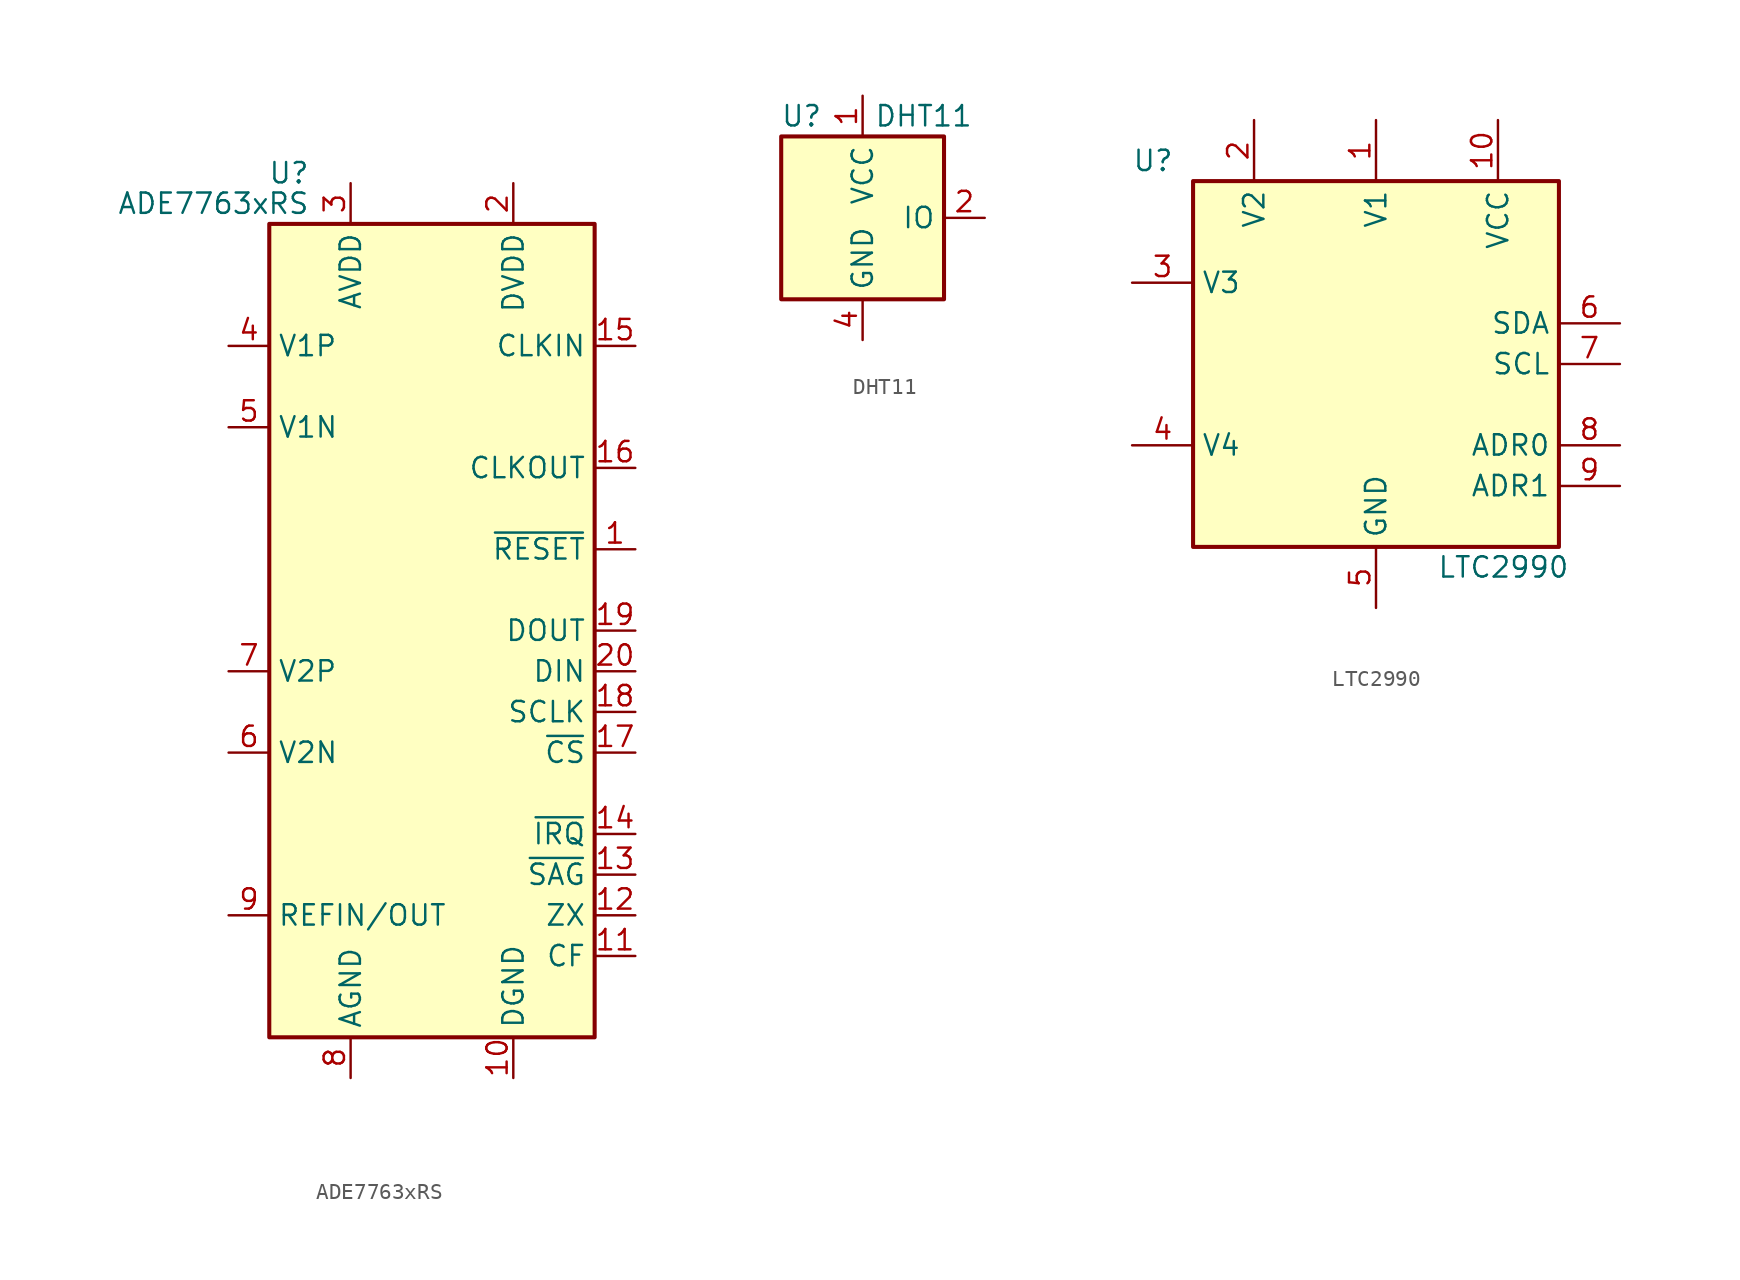
<source format=kicad_sym>
(kicad_symbol_lib
  (version 20211014)
  (generator kicad_symbol_editor)
  (symbol "ADE7763xRS"
    (property "Reference" "U"
      (at -7.62 28.575 0)
      (effects (font (size 1.27 1.27)) (justify right)))
    (property "Value" "ADE7763xRS"
      (at -7.62 26.67 0)
      (effects (font (size 1.27 1.27)) (justify right)))
    (symbol "ADE7763xRS_0_1"
      (rectangle (start 10.16 -25.4) (end -10.16 25.4) (stroke (width 0.254) (type default) (color 0 0 0 0)) (fill (type background))))
    (symbol "ADE7763xRS_1_1"
      (pin input line (at 12.7 5.08 180) (length 2.54) (name "~{RESET}" (effects (font (size 1.27 1.27)))) (number "1" (effects (font (size 1.27 1.27)))))
      (pin power_in line (at 5.08 -27.94 90) (length 2.54) (name "DGND" (effects (font (size 1.27 1.27)))) (number "10" (effects (font (size 1.27 1.27)))))
      (pin output line (at 12.7 -20.32 180) (length 2.54) (name "CF" (effects (font (size 1.27 1.27)))) (number "11" (effects (font (size 1.27 1.27)))))
      (pin output line (at 12.7 -17.78 180) (length 2.54) (name "ZX" (effects (font (size 1.27 1.27)))) (number "12" (effects (font (size 1.27 1.27)))))
      (pin open_collector line (at 12.7 -15.24 180) (length 2.54) (name "~{SAG}" (effects (font (size 1.27 1.27)))) (number "13" (effects (font (size 1.27 1.27)))))
      (pin open_collector line (at 12.7 -12.7 180) (length 2.54) (name "~{IRQ}" (effects (font (size 1.27 1.27)))) (number "14" (effects (font (size 1.27 1.27)))))
      (pin input line (at 12.7 17.78 180) (length 2.54) (name "CLKIN" (effects (font (size 1.27 1.27)))) (number "15" (effects (font (size 1.27 1.27)))))
      (pin output line (at 12.7 10.16 180) (length 2.54) (name "CLKOUT" (effects (font (size 1.27 1.27)))) (number "16" (effects (font (size 1.27 1.27)))))
      (pin input line (at 12.7 -7.62 180) (length 2.54) (name "~{CS}" (effects (font (size 1.27 1.27)))) (number "17" (effects (font (size 1.27 1.27)))))
      (pin input line (at 12.7 -5.08 180) (length 2.54) (name "SCLK" (effects (font (size 1.27 1.27)))) (number "18" (effects (font (size 1.27 1.27)))))
      (pin output line (at 12.7 0 180) (length 2.54) (name "DOUT" (effects (font (size 1.27 1.27)))) (number "19" (effects (font (size 1.27 1.27)))))
      (pin power_in line (at 5.08 27.94 270) (length 2.54) (name "DVDD" (effects (font (size 1.27 1.27)))) (number "2" (effects (font (size 1.27 1.27)))))
      (pin input line (at 12.7 -2.54 180) (length 2.54) (name "DIN" (effects (font (size 1.27 1.27)))) (number "20" (effects (font (size 1.27 1.27)))))
      (pin power_in line (at -5.08 27.94 270) (length 2.54) (name "AVDD" (effects (font (size 1.27 1.27)))) (number "3" (effects (font (size 1.27 1.27)))))
      (pin input line (at -12.7 17.78 0) (length 2.54) (name "V1P" (effects (font (size 1.27 1.27)))) (number "4" (effects (font (size 1.27 1.27)))))
      (pin input line (at -12.7 12.7 0) (length 2.54) (name "V1N" (effects (font (size 1.27 1.27)))) (number "5" (effects (font (size 1.27 1.27)))))
      (pin input line (at -12.7 -7.62 0) (length 2.54) (name "V2N" (effects (font (size 1.27 1.27)))) (number "6" (effects (font (size 1.27 1.27)))))
      (pin input line (at -12.7 -2.54 0) (length 2.54) (name "V2P" (effects (font (size 1.27 1.27)))) (number "7" (effects (font (size 1.27 1.27)))))
      (pin power_in line (at -5.08 -27.94 90) (length 2.54) (name "AGND" (effects (font (size 1.27 1.27)))) (number "8" (effects (font (size 1.27 1.27)))))
      (pin input line (at -12.7 -17.78 0) (length 2.54) (name "REFIN/OUT" (effects (font (size 1.27 1.27)))) (number "9" (effects (font (size 1.27 1.27)))))))
  (symbol "DHT11"
    (property "Reference" "U"
      (at -3.81 6.35 0)
      (effects (font (size 1.27 1.27))))
    (property "Value" "DHT11"
      (at 3.81 6.35 0)
      (effects (font (size 1.27 1.27))))
    (symbol "DHT11_0_1"
      (rectangle (start -5.08 5.08) (end 5.08 -5.08) (stroke (width 0.254) (type default) (color 0 0 0 0)) (fill (type background))))
    (symbol "DHT11_1_1"
      (pin power_in line (at 0 7.62 270) (length 2.54) (name "VCC" (effects (font (size 1.27 1.27)))) (number "1" (effects (font (size 1.27 1.27)))))
      (pin bidirectional line (at 7.62 0 180) (length 2.54) (name "IO" (effects (font (size 1.27 1.27)))) (number "2" (effects (font (size 1.27 1.27)))))
      (pin no_connect line (at -5.08 0 0) (length 2.54) hide (name "NC" (effects (font (size 1.27 1.27)))) (number "3" (effects (font (size 1.27 1.27)))))
      (pin power_in line (at 0 -7.62 90) (length 2.54) (name "GND" (effects (font (size 1.27 1.27)))) (number "4" (effects (font (size 1.27 1.27)))))))
  (symbol "LTC2990"
    (property "Reference" "U"
      (at -15.24 12.7 0)
      (effects (font (size 1.27 1.27)) (justify left)))
    (property "Value" "LTC2990"
      (at 3.81 -12.7 0)
      (effects (font (size 1.27 1.27)) (justify left)))
    (symbol "LTC2990_0_1"
      (rectangle (start -11.43 11.43) (end 11.43 -11.43) (stroke (width 0.254) (type default) (color 0 0 0 0)) (fill (type background))))
    (symbol "LTC2990_1_1"
      (pin passive line (at 0 15.24 270) (length 3.81) (name "V1" (effects (font (size 1.27 1.27)))) (number "1" (effects (font (size 1.27 1.27)))))
      (pin power_in line (at 7.62 15.24 270) (length 3.81) (name "VCC" (effects (font (size 1.27 1.27)))) (number "10" (effects (font (size 1.27 1.27)))))
      (pin passive line (at -7.62 15.24 270) (length 3.81) (name "V2" (effects (font (size 1.27 1.27)))) (number "2" (effects (font (size 1.27 1.27)))))
      (pin passive line (at -15.24 5.08 0) (length 3.81) (name "V3" (effects (font (size 1.27 1.27)))) (number "3" (effects (font (size 1.27 1.27)))))
      (pin passive line (at -15.24 -5.08 0) (length 3.81) (name "V4" (effects (font (size 1.27 1.27)))) (number "4" (effects (font (size 1.27 1.27)))))
      (pin power_in line (at 0 -15.24 90) (length 3.81) (name "GND" (effects (font (size 1.27 1.27)))) (number "5" (effects (font (size 1.27 1.27)))))
      (pin bidirectional line (at 15.24 2.54 180) (length 3.81) (name "SDA" (effects (font (size 1.27 1.27)))) (number "6" (effects (font (size 1.27 1.27)))))
      (pin input line (at 15.24 0 180) (length 3.81) (name "SCL" (effects (font (size 1.27 1.27)))) (number "7" (effects (font (size 1.27 1.27)))))
      (pin input line (at 15.24 -5.08 180) (length 3.81) (name "ADR0" (effects (font (size 1.27 1.27)))) (number "8" (effects (font (size 1.27 1.27)))))
      (pin input line (at 15.24 -7.62 180) (length 3.81) (name "ADR1" (effects (font (size 1.27 1.27)))) (number "9" (effects (font (size 1.27 1.27))))))))
</source>
